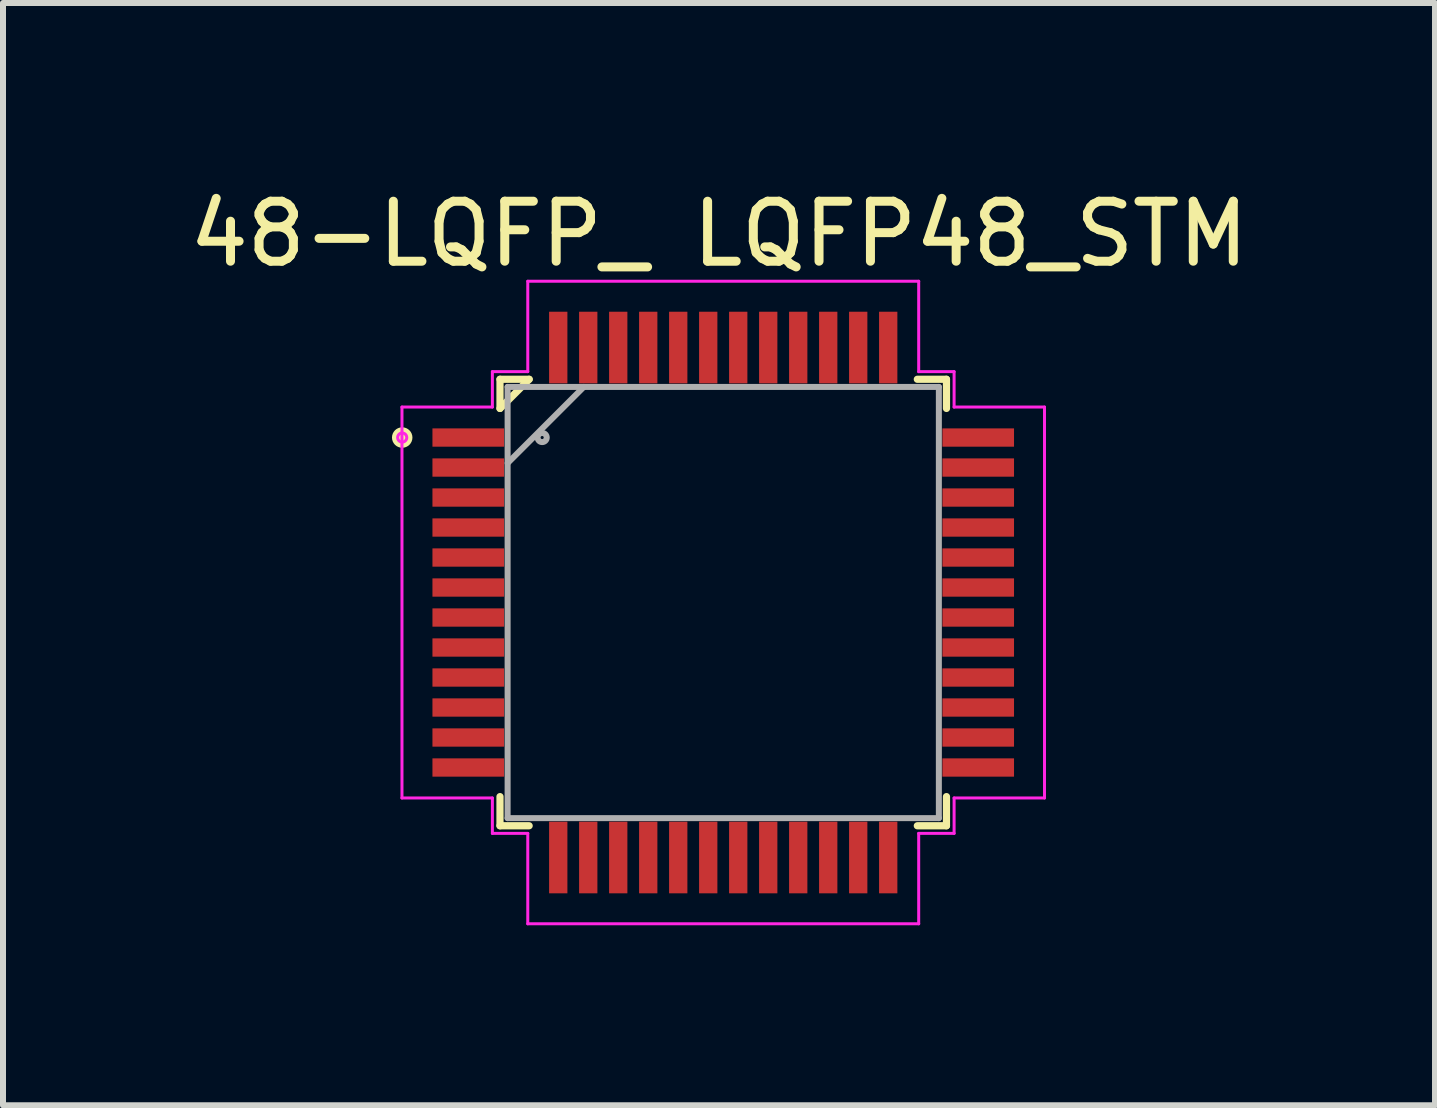
<source format=kicad_pcb>
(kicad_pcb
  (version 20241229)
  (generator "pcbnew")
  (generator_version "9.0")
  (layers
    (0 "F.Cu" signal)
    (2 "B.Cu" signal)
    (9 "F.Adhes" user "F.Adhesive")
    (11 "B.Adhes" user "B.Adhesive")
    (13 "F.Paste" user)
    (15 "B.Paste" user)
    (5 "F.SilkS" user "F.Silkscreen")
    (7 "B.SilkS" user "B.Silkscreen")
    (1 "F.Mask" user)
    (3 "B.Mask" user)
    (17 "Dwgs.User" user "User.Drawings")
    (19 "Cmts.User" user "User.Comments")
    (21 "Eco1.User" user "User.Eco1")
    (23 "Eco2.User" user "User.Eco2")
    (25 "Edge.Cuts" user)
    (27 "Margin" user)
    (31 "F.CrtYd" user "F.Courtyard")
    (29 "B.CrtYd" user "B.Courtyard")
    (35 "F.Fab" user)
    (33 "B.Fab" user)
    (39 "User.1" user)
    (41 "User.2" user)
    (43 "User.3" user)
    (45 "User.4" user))
  (footprint "48-LQFP_ LQFP48_STM"
    (layer "F.Cu")
    (at 9.005 6.993)
    (property "Reference" "48-LQFP_ LQFP48_STM" (at -0.07 -6.144 0) (layer "F.SilkS") (effects (font (size 1 1) (thickness 0.15))))
    (attr through_hole)
    (fp_line (start -3.721 -3.721) (end -3.721 -3.235) (stroke (width 0.12) (type solid)) (layer "F.SilkS"))
    (fp_line (start -3.721 3.235) (end -3.721 3.721) (stroke (width 0.12) (type solid)) (layer "F.SilkS"))
    (fp_line (start -3.721 3.721) (end -3.235 3.721) (stroke (width 0.12) (type solid)) (layer "F.SilkS"))
    (fp_line (start -3.235 -3.721) (end -3.721 -3.721) (stroke (width 0.12) (type solid)) (layer "F.SilkS"))
    (fp_line (start -3.235 -3.721) (end -3.721 -3.235) (stroke (width 0.12) (type solid)) (layer "F.SilkS"))
    (fp_line (start 3.235 3.721) (end 3.721 3.721) (stroke (width 0.12) (type solid)) (layer "F.SilkS"))
    (fp_line (start 3.721 -3.721) (end 3.235 -3.721) (stroke (width 0.12) (type solid)) (layer "F.SilkS"))
    (fp_line (start 3.721 -3.235) (end 3.721 -3.721) (stroke (width 0.12) (type solid)) (layer "F.SilkS"))
    (fp_line (start 3.721 3.721) (end 3.721 3.235) (stroke (width 0.12) (type solid)) (layer "F.SilkS"))
    (fp_circle (center -5.351 -2.75) (end -5.351 -2.75) (stroke (width 0.12) (type solid)) (fill no) (layer "F.SilkS"))
    (fp_circle (center -5.351 -2.75) (end -5.242 -2.732) (stroke (width 0.12) (type solid)) (fill no) (layer "F.SilkS"))
    (fp_line (start -5.355 -3.258) (end -3.848 -3.258) (stroke (width 0.05) (type solid)) (layer "F.CrtYd"))
    (fp_line (start -5.355 3.258) (end -5.355 -3.258) (stroke (width 0.05) (type solid)) (layer "F.CrtYd"))
    (fp_line (start -3.848 -3.848) (end -3.258 -3.848) (stroke (width 0.05) (type solid)) (layer "F.CrtYd"))
    (fp_line (start -3.848 -3.258) (end -3.848 -3.848) (stroke (width 0.05) (type solid)) (layer "F.CrtYd"))
    (fp_line (start -3.848 3.258) (end -5.355 3.258) (stroke (width 0.05) (type solid)) (layer "F.CrtYd"))
    (fp_line (start -3.848 3.848) (end -3.848 3.258) (stroke (width 0.05) (type solid)) (layer "F.CrtYd"))
    (fp_line (start -3.258 -5.355) (end 3.258 -5.355) (stroke (width 0.05) (type solid)) (layer "F.CrtYd"))
    (fp_line (start -3.258 -3.848) (end -3.258 -5.355) (stroke (width 0.05) (type solid)) (layer "F.CrtYd"))
    (fp_line (start -3.258 3.848) (end -3.848 3.848) (stroke (width 0.05) (type solid)) (layer "F.CrtYd"))
    (fp_line (start -3.258 5.355) (end -3.258 3.848) (stroke (width 0.05) (type solid)) (layer "F.CrtYd"))
    (fp_line (start 3.258 -5.355) (end 3.258 -3.848) (stroke (width 0.05) (type solid)) (layer "F.CrtYd"))
    (fp_line (start 3.258 -3.848) (end 3.848 -3.848) (stroke (width 0.05) (type solid)) (layer "F.CrtYd"))
    (fp_line (start 3.258 3.848) (end 3.258 5.355) (stroke (width 0.05) (type solid)) (layer "F.CrtYd"))
    (fp_line (start 3.258 5.355) (end -3.258 5.355) (stroke (width 0.05) (type solid)) (layer "F.CrtYd"))
    (fp_line (start 3.848 -3.848) (end 3.848 -3.258) (stroke (width 0.05) (type solid)) (layer "F.CrtYd"))
    (fp_line (start 3.848 -3.258) (end 5.355 -3.258) (stroke (width 0.05) (type solid)) (layer "F.CrtYd"))
    (fp_line (start 3.848 3.258) (end 3.848 3.848) (stroke (width 0.05) (type solid)) (layer "F.CrtYd"))
    (fp_line (start 3.848 3.848) (end 3.258 3.848) (stroke (width 0.05) (type solid)) (layer "F.CrtYd"))
    (fp_line (start 5.355 -3.258) (end 5.355 3.258) (stroke (width 0.05) (type solid)) (layer "F.CrtYd"))
    (fp_line (start 5.355 3.258) (end 3.848 3.258) (stroke (width 0.05) (type solid)) (layer "F.CrtYd"))
    (fp_circle (center -5.351 -2.75) (end -5.275 -2.75) (stroke (width 0.05) (type solid)) (fill no) (layer "F.CrtYd"))
    (fp_line (start -3.594 -3.594) (end -3.594 3.594) (stroke (width 0.1) (type solid)) (layer "F.Fab"))
    (fp_line (start -3.594 -2.324) (end -2.324 -3.594) (stroke (width 0.1) (type solid)) (layer "F.Fab"))
    (fp_line (start -3.594 3.594) (end 3.594 3.594) (stroke (width 0.1) (type solid)) (layer "F.Fab"))
    (fp_line (start 3.594 -3.594) (end -3.594 -3.594) (stroke (width 0.1) (type solid)) (layer "F.Fab"))
    (fp_line (start 3.594 3.594) (end 3.594 -3.594) (stroke (width 0.1) (type solid)) (layer "F.Fab"))
    (fp_circle (center -3.018 -2.75) (end -2.942 -2.75) (stroke (width 0.1) (type solid)) (fill no) (layer "F.Fab"))
    (pad "1" smd rect (at -4.25 -2.75) (size 1.194 0.305) (layers "F.Cu" "F.Mask" "F.Paste"))
    (pad "2" smd rect (at -4.25 -2.25) (size 1.194 0.305) (layers "F.Cu" "F.Mask" "F.Paste"))
    (pad "3" smd rect (at -4.25 -1.75) (size 1.194 0.305) (layers "F.Cu" "F.Mask" "F.Paste"))
    (pad "4" smd rect (at -4.25 -1.25) (size 1.194 0.305) (layers "F.Cu" "F.Mask" "F.Paste"))
    (pad "5" smd rect (at -4.25 -0.75) (size 1.194 0.305) (layers "F.Cu" "F.Mask" "F.Paste"))
    (pad "6" smd rect (at -4.25 -0.25) (size 1.194 0.305) (layers "F.Cu" "F.Mask" "F.Paste"))
    (pad "7" smd rect (at -4.25 0.25) (size 1.194 0.305) (layers "F.Cu" "F.Mask" "F.Paste"))
    (pad "8" smd rect (at -4.25 0.75) (size 1.194 0.305) (layers "F.Cu" "F.Mask" "F.Paste"))
    (pad "9" smd rect (at -4.25 1.25) (size 1.194 0.305) (layers "F.Cu" "F.Mask" "F.Paste"))
    (pad "10" smd rect (at -4.25 1.75) (size 1.194 0.305) (layers "F.Cu" "F.Mask" "F.Paste"))
    (pad "11" smd rect (at -4.25 2.25) (size 1.194 0.305) (layers "F.Cu" "F.Mask" "F.Paste"))
    (pad "12" smd rect (at -4.25 2.75) (size 1.194 0.305) (layers "F.Cu" "F.Mask" "F.Paste"))
    (pad "13" smd rect (at -2.75 4.25 90) (size 1.194 0.305) (layers "F.Cu" "F.Mask" "F.Paste"))
    (pad "14" smd rect (at -2.25 4.25 90) (size 1.194 0.305) (layers "F.Cu" "F.Mask" "F.Paste"))
    (pad "15" smd rect (at -1.75 4.25 90) (size 1.194 0.305) (layers "F.Cu" "F.Mask" "F.Paste"))
    (pad "16" smd rect (at -1.25 4.25 90) (size 1.194 0.305) (layers "F.Cu" "F.Mask" "F.Paste"))
    (pad "17" smd rect (at -0.75 4.25 90) (size 1.194 0.305) (layers "F.Cu" "F.Mask" "F.Paste"))
    (pad "18" smd rect (at -0.25 4.25 90) (size 1.194 0.305) (layers "F.Cu" "F.Mask" "F.Paste"))
    (pad "19" smd rect (at 0.25 4.25 90) (size 1.194 0.305) (layers "F.Cu" "F.Mask" "F.Paste"))
    (pad "20" smd rect (at 0.75 4.25 90) (size 1.194 0.305) (layers "F.Cu" "F.Mask" "F.Paste"))
    (pad "21" smd rect (at 1.25 4.25 90) (size 1.194 0.305) (layers "F.Cu" "F.Mask" "F.Paste"))
    (pad "22" smd rect (at 1.75 4.25 90) (size 1.194 0.305) (layers "F.Cu" "F.Mask" "F.Paste"))
    (pad "23" smd rect (at 2.25 4.25 90) (size 1.194 0.305) (layers "F.Cu" "F.Mask" "F.Paste"))
    (pad "24" smd rect (at 2.75 4.25 90) (size 1.194 0.305) (layers "F.Cu" "F.Mask" "F.Paste"))
    (pad "25" smd rect (at 4.25 2.75) (size 1.194 0.305) (layers "F.Cu" "F.Mask" "F.Paste"))
    (pad "26" smd rect (at 4.25 2.25) (size 1.194 0.305) (layers "F.Cu" "F.Mask" "F.Paste"))
    (pad "27" smd rect (at 4.25 1.75) (size 1.194 0.305) (layers "F.Cu" "F.Mask" "F.Paste"))
    (pad "28" smd rect (at 4.25 1.25) (size 1.194 0.305) (layers "F.Cu" "F.Mask" "F.Paste"))
    (pad "29" smd rect (at 4.25 0.75) (size 1.194 0.305) (layers "F.Cu" "F.Mask" "F.Paste"))
    (pad "30" smd rect (at 4.25 0.25) (size 1.194 0.305) (layers "F.Cu" "F.Mask" "F.Paste"))
    (pad "31" smd rect (at 4.25 -0.25) (size 1.194 0.305) (layers "F.Cu" "F.Mask" "F.Paste"))
    (pad "32" smd rect (at 4.25 -0.75) (size 1.194 0.305) (layers "F.Cu" "F.Mask" "F.Paste"))
    (pad "33" smd rect (at 4.25 -1.25) (size 1.194 0.305) (layers "F.Cu" "F.Mask" "F.Paste"))
    (pad "34" smd rect (at 4.25 -1.75) (size 1.194 0.305) (layers "F.Cu" "F.Mask" "F.Paste"))
    (pad "35" smd rect (at 4.25 -2.25) (size 1.194 0.305) (layers "F.Cu" "F.Mask" "F.Paste"))
    (pad "36" smd rect (at 4.25 -2.75) (size 1.194 0.305) (layers "F.Cu" "F.Mask" "F.Paste"))
    (pad "37" smd rect (at 2.75 -4.25 90) (size 1.194 0.305) (layers "F.Cu" "F.Mask" "F.Paste"))
    (pad "38" smd rect (at 2.25 -4.25 90) (size 1.194 0.305) (layers "F.Cu" "F.Mask" "F.Paste"))
    (pad "39" smd rect (at 1.75 -4.25 90) (size 1.194 0.305) (layers "F.Cu" "F.Mask" "F.Paste"))
    (pad "40" smd rect (at 1.25 -4.25 90) (size 1.194 0.305) (layers "F.Cu" "F.Mask" "F.Paste"))
    (pad "41" smd rect (at 0.75 -4.25 90) (size 1.194 0.305) (layers "F.Cu" "F.Mask" "F.Paste"))
    (pad "42" smd rect (at 0.25 -4.25 90) (size 1.194 0.305) (layers "F.Cu" "F.Mask" "F.Paste"))
    (pad "43" smd rect (at -0.25 -4.25 90) (size 1.194 0.305) (layers "F.Cu" "F.Mask" "F.Paste"))
    (pad "44" smd rect (at -0.75 -4.25 90) (size 1.194 0.305) (layers "F.Cu" "F.Mask" "F.Paste"))
    (pad "45" smd rect (at -1.25 -4.25 90) (size 1.194 0.305) (layers "F.Cu" "F.Mask" "F.Paste"))
    (pad "46" smd rect (at -1.75 -4.25 90) (size 1.194 0.305) (layers "F.Cu" "F.Mask" "F.Paste"))
    (pad "47" smd rect (at -2.25 -4.25 90) (size 1.194 0.305) (layers "F.Cu" "F.Mask" "F.Paste"))
    (pad "48" smd rect (at -2.75 -4.25 90) (size 1.194 0.305) (layers "F.Cu" "F.Mask" "F.Paste")))
  (gr_rect
    (start -3 -3)
    (end 20.869 15.373)
    (stroke (width 0.1) (type default))
    (fill no)
    (layer "Edge.Cuts")))
</source>
